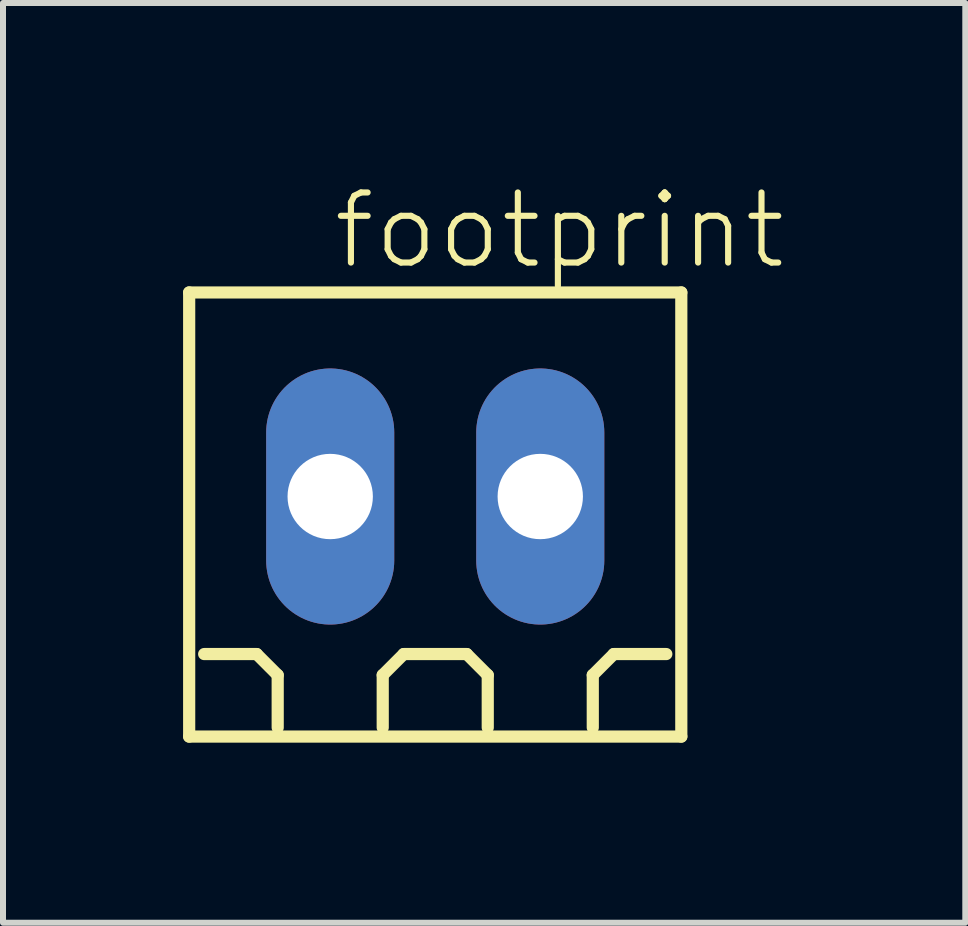
<source format=kicad_pcb>
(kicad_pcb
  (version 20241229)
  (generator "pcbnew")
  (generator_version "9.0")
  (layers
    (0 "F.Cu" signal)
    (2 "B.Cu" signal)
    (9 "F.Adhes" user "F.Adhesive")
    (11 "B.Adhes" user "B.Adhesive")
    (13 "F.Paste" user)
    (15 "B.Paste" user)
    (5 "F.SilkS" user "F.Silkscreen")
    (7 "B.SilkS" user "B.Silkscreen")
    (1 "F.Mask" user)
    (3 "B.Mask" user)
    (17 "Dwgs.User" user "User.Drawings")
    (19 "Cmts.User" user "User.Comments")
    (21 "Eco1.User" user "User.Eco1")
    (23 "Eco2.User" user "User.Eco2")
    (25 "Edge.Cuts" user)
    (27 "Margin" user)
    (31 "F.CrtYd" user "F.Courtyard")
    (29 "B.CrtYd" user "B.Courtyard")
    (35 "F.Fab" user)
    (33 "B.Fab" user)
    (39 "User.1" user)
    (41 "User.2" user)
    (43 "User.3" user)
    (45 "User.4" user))
  (footprint "footprint"
    (layer "F.Cu")
    (at 4.202 5.223)
    (property "Reference" "footprint" (at -1.75 -3.75 0) (layer "F.SilkS") (effects (font (size 1.168 1.168) (thickness 0.102)) (justify left bottom)))
    (fp_line (start -4.1 -3.4) (end 4.1 -3.4) (stroke (width 0.203) (type solid)) (layer "F.SilkS"))
    (fp_line (start -4.1 4) (end -4.1 -3.4) (stroke (width 0.203) (type solid)) (layer "F.SilkS"))
    (fp_line (start -2.975 2.625) (end -3.85 2.625) (stroke (width 0.203) (type solid)) (layer "F.SilkS"))
    (fp_line (start -2.625 2.975) (end -2.975 2.625) (stroke (width 0.203) (type solid)) (layer "F.SilkS"))
    (fp_line (start -2.625 3.85) (end -2.625 2.975) (stroke (width 0.203) (type solid)) (layer "F.SilkS"))
    (fp_line (start -0.875 2.975) (end -0.525 2.625) (stroke (width 0.203) (type solid)) (layer "F.SilkS"))
    (fp_line (start -0.875 3.85) (end -0.875 2.975) (stroke (width 0.203) (type solid)) (layer "F.SilkS"))
    (fp_line (start -0.525 2.625) (end 0.525 2.625) (stroke (width 0.203) (type solid)) (layer "F.SilkS"))
    (fp_line (start 0.525 2.625) (end 0.875 2.975) (stroke (width 0.203) (type solid)) (layer "F.SilkS"))
    (fp_line (start 0.875 2.975) (end 0.875 3.85) (stroke (width 0.203) (type solid)) (layer "F.SilkS"))
    (fp_line (start 2.625 2.975) (end 2.975 2.625) (stroke (width 0.203) (type solid)) (layer "F.SilkS"))
    (fp_line (start 2.625 3.85) (end 2.625 2.975) (stroke (width 0.203) (type solid)) (layer "F.SilkS"))
    (fp_line (start 2.975 2.625) (end 3.85 2.625) (stroke (width 0.203) (type solid)) (layer "F.SilkS"))
    (fp_line (start 4.1 -3.4) (end 4.1 4) (stroke (width 0.203) (type solid)) (layer "F.SilkS"))
    (fp_line (start 4.1 4) (end -4.1 4) (stroke (width 0.203) (type solid)) (layer "F.SilkS"))
    (pad "1" thru_hole oval (at -1.75 0 90) (size 4.267 2.134) (drill 1.422) (layers "*.Cu" "*.Mask"))
    (pad "2" thru_hole oval (at 1.75 0 90) (size 4.267 2.134) (drill 1.422) (layers "*.Cu" "*.Mask")))
  (gr_rect
    (start -3 -3)
    (end 13.034 12.325)
    (stroke (width 0.1) (type default))
    (fill no)
    (layer "Edge.Cuts")))
</source>
